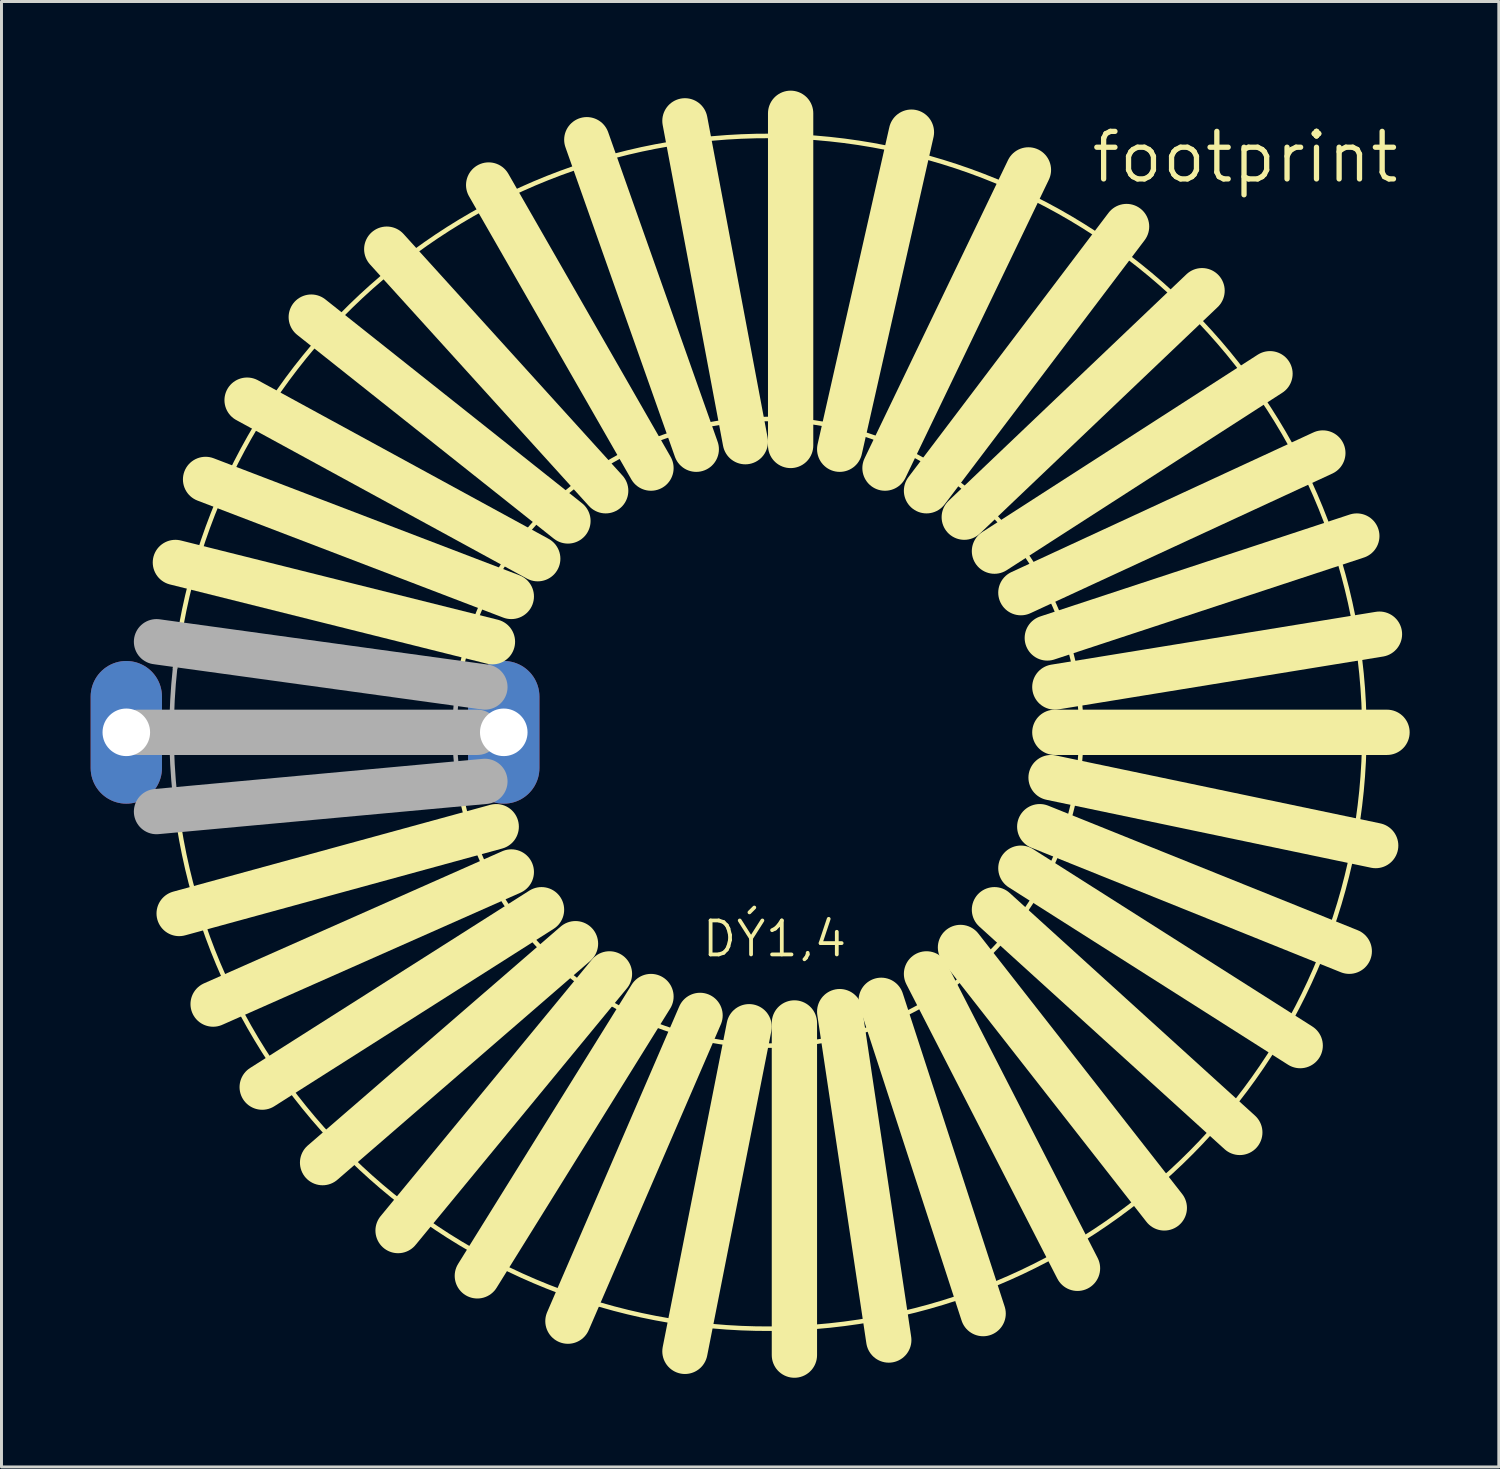
<source format=kicad_pcb>
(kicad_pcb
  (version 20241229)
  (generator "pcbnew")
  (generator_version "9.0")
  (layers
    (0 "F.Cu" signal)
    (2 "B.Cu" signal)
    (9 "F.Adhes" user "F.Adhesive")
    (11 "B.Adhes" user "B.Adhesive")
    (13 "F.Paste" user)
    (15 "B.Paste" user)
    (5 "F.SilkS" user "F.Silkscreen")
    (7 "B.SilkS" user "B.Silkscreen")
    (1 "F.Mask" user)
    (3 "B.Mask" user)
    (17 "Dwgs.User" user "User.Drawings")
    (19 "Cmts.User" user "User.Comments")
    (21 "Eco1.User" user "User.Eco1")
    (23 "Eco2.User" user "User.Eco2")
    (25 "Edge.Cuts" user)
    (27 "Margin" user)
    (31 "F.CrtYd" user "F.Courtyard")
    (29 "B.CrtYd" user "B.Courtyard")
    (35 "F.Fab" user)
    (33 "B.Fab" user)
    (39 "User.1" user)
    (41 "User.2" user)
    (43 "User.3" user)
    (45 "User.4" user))
  (footprint "footprint"
    (layer "F.Cu")
    (at 22.79 21.59)
    (property "Reference" "footprint" (at 10.795 -18.415 0) (layer "F.SilkS") (effects (font (size 1.6 1.6) (thickness 0.178)) (justify left bottom)))
    (fp_line (start -9.271 -3.048) (end -19.939 -5.715) (stroke (width 1.524) (type solid)) (layer "F.SilkS"))
    (fp_line (start -9.144 3.175) (end -19.812 6.096) (stroke (width 1.524) (type solid)) (layer "F.SilkS"))
    (fp_line (start -8.636 -4.572) (end -18.923 -8.509) (stroke (width 1.524) (type solid)) (layer "F.SilkS"))
    (fp_line (start -8.636 4.699) (end -18.669 9.144) (stroke (width 1.524) (type solid)) (layer "F.SilkS"))
    (fp_line (start -7.747 -5.842) (end -17.526 -11.176) (stroke (width 1.524) (type solid)) (layer "F.SilkS"))
    (fp_line (start -7.62 5.969) (end -17.018 11.938) (stroke (width 1.524) (type solid)) (layer "F.SilkS"))
    (fp_line (start -6.731 -7.112) (end -15.367 -13.97) (stroke (width 1.524) (type solid)) (layer "F.SilkS"))
    (fp_line (start -6.477 7.112) (end -14.986 14.478) (stroke (width 1.524) (type solid)) (layer "F.SilkS"))
    (fp_line (start -5.461 -8.128) (end -12.827 -16.256) (stroke (width 1.524) (type solid)) (layer "F.SilkS"))
    (fp_line (start -5.334 8.128) (end -12.446 16.764) (stroke (width 1.524) (type solid)) (layer "F.SilkS"))
    (fp_line (start -3.937 -8.89) (end -9.398 -18.415) (stroke (width 1.524) (type solid)) (layer "F.SilkS"))
    (fp_line (start -3.937 8.89) (end -9.779 18.288) (stroke (width 1.524) (type solid)) (layer "F.SilkS"))
    (fp_line (start -2.413 -9.525) (end -6.096 -19.939) (stroke (width 1.524) (type solid)) (layer "F.SilkS"))
    (fp_line (start -2.286 9.525) (end -6.731 19.812) (stroke (width 1.524) (type solid)) (layer "F.SilkS"))
    (fp_line (start -0.762 -9.779) (end -2.794 -20.574) (stroke (width 1.524) (type solid)) (layer "F.SilkS"))
    (fp_line (start -0.635 9.906) (end -2.794 20.828) (stroke (width 1.524) (type solid)) (layer "F.SilkS"))
    (fp_line (start 0.762 -9.652) (end 0.762 -20.828) (stroke (width 1.524) (type solid)) (layer "F.SilkS"))
    (fp_line (start 0.889 9.779) (end 0.889 20.955) (stroke (width 1.524) (type solid)) (layer "F.SilkS"))
    (fp_line (start 2.413 -9.525) (end 4.826 -20.193) (stroke (width 1.524) (type solid)) (layer "F.SilkS"))
    (fp_line (start 2.413 9.398) (end 4.064 20.447) (stroke (width 1.524) (type solid)) (layer "F.SilkS"))
    (fp_line (start 3.81 9.017) (end 7.239 19.558) (stroke (width 1.524) (type solid)) (layer "F.SilkS"))
    (fp_line (start 3.937 -8.89) (end 8.763 -18.923) (stroke (width 1.524) (type solid)) (layer "F.SilkS"))
    (fp_line (start 5.334 -8.128) (end 12.065 -17.018) (stroke (width 1.524) (type solid)) (layer "F.SilkS"))
    (fp_line (start 5.334 8.128) (end 10.414 18.034) (stroke (width 1.524) (type solid)) (layer "F.SilkS"))
    (fp_line (start 6.477 7.239) (end 13.335 16.002) (stroke (width 1.524) (type solid)) (layer "F.SilkS"))
    (fp_line (start 6.604 -7.239) (end 14.605 -14.859) (stroke (width 1.524) (type solid)) (layer "F.SilkS"))
    (fp_line (start 7.62 -6.096) (end 16.891 -12.065) (stroke (width 1.524) (type solid)) (layer "F.SilkS"))
    (fp_line (start 7.62 5.969) (end 15.875 13.462) (stroke (width 1.524) (type solid)) (layer "F.SilkS"))
    (fp_line (start 8.509 -4.699) (end 18.669 -9.398) (stroke (width 1.524) (type solid)) (layer "F.SilkS"))
    (fp_line (start 8.509 4.572) (end 17.907 10.541) (stroke (width 1.524) (type solid)) (layer "F.SilkS"))
    (fp_line (start 9.144 3.175) (end 19.558 7.366) (stroke (width 1.524) (type solid)) (layer "F.SilkS"))
    (fp_line (start 9.398 -3.175) (end 19.812 -6.604) (stroke (width 1.524) (type solid)) (layer "F.SilkS"))
    (fp_line (start 9.525 1.524) (end 20.447 3.81) (stroke (width 1.524) (type solid)) (layer "F.SilkS"))
    (fp_line (start 9.652 -1.524) (end 20.574 -3.302) (stroke (width 1.524) (type solid)) (layer "F.SilkS"))
    (fp_line (start 9.652 0) (end 20.828 0) (stroke (width 1.524) (type solid)) (layer "F.SilkS"))
    (fp_arc (start -19.9499 -2.1559) (mid 20.066051 0) (end -19.9499 2.1559) (stroke (width 0.1524) (type solid)) (layer "F.SilkS"))
    (fp_arc (start -10.3199 -2.1476) (mid 10.540992 0) (end -10.3199 2.1476) (stroke (width 0.1524) (type solid)) (layer "F.SilkS"))
    (fp_line (start -21.209 0) (end -9.779 0) (stroke (width 1.524) (type solid)) (layer "F.Fab"))
    (fp_line (start -9.525 -1.524) (end -20.574 -3.048) (stroke (width 1.524) (type solid)) (layer "F.Fab"))
    (fp_line (start -9.525 1.651) (end -20.574 2.667) (stroke (width 1.524) (type solid)) (layer "F.Fab"))
    (fp_arc (start -19.9499 2.1559) (mid -20.066051 0) (end -19.9499 -2.1559) (stroke (width 0.1524) (type solid)) (layer "F.Fab"))
    (fp_arc (start -10.3199 2.1476) (mid -10.540992 0) (end -10.3199 -2.1476) (stroke (width 0.1524) (type solid)) (layer "F.Fab"))
    (fp_text user "DÝ1,4" (at -2.286 7.62 0) (layer "F.SilkS") (effects (font (size 1.143 1.143) (thickness 0.127)) (justify left bottom)))
    (pad "1" thru_hole oval (at -21.59 0 90) (size 4.801 2.4) (drill 1.6) (layers "*.Cu" "*.Mask"))
    (pad "2" thru_hole oval (at -8.89 0 90) (size 4.801 2.4) (drill 1.6) (layers "*.Cu" "*.Mask")))
  (gr_rect
    (start -3 -3)
    (end 47.38 46.307)
    (stroke (width 0.1) (type default))
    (fill no)
    (layer "Edge.Cuts")))
</source>
